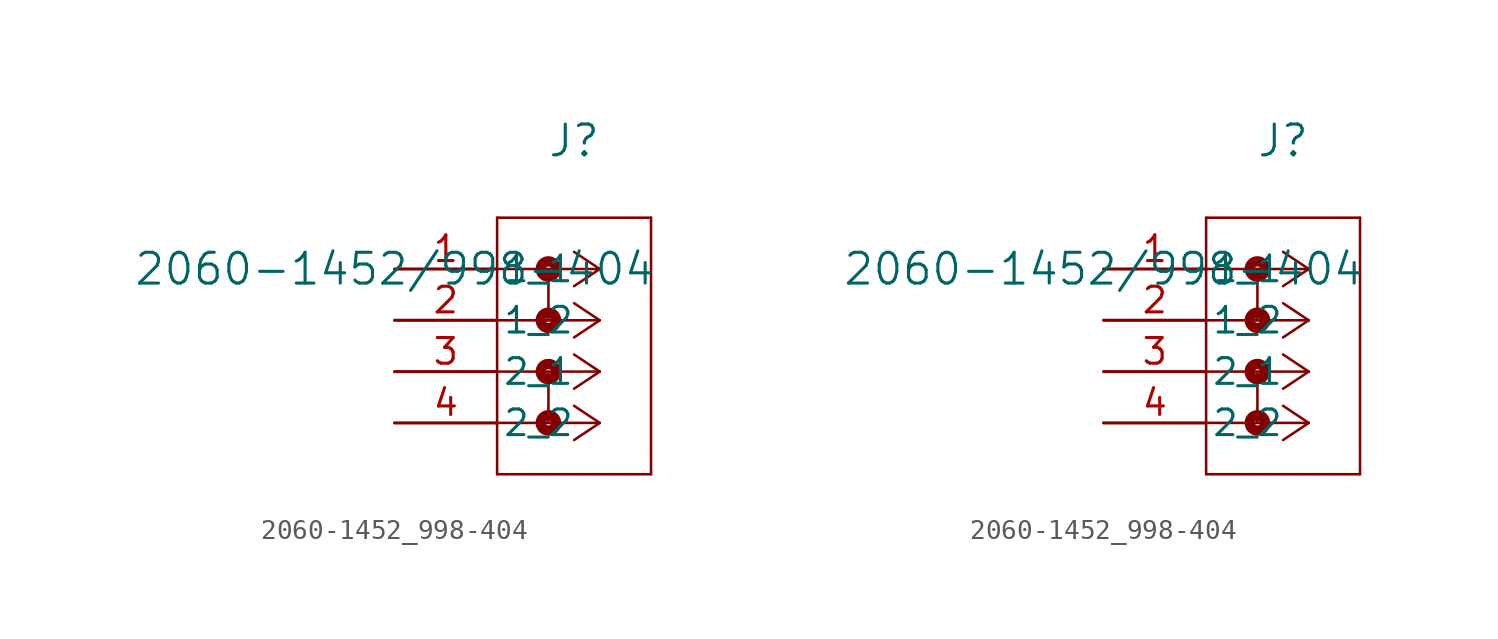
<source format=kicad_sym>
(kicad_symbol_lib
  (version 20211014)
  (generator kicad_symbol_editor)
  (symbol "2060-1452_998-404"
    (pin_names
      (offset 0.254))
    (property "Reference" "J"
      (at 8.89 6.35 0)
      (effects (font (size 1.524 1.524))))
    (property "Value" "2060-1452/998-404"
      (at 0 0 0)
      (effects (font (size 1.524 1.524))))
    (symbol "2060-1452_998-404_1_1"
      (polyline (pts (xy 10.16 0) (xy 5.08 0)) (stroke (width 0.127) (type default) (color 0 0 0 0)) (fill (type none)))
      (polyline (pts (xy 10.16 -2.54) (xy 5.08 -2.54)) (stroke (width 0.127) (type default) (color 0 0 0 0)) (fill (type none)))
      (polyline (pts (xy 10.16 -5.08) (xy 5.08 -5.08)) (stroke (width 0.127) (type default) (color 0 0 0 0)) (fill (type none)))
      (polyline (pts (xy 10.16 -7.62) (xy 5.08 -7.62)) (stroke (width 0.127) (type default) (color 0 0 0 0)) (fill (type none)))
      (polyline (pts (xy 10.16 0) (xy 8.89 0.847)) (stroke (width 0.127) (type default) (color 0 0 0 0)) (fill (type none)))
      (polyline (pts (xy 10.16 -2.54) (xy 8.89 -1.693)) (stroke (width 0.127) (type default) (color 0 0 0 0)) (fill (type none)))
      (polyline (pts (xy 10.16 -5.08) (xy 8.89 -4.233)) (stroke (width 0.127) (type default) (color 0 0 0 0)) (fill (type none)))
      (polyline (pts (xy 10.16 -7.62) (xy 8.89 -6.773)) (stroke (width 0.127) (type default) (color 0 0 0 0)) (fill (type none)))
      (polyline (pts (xy 10.16 0) (xy 8.89 -0.847)) (stroke (width 0.127) (type default) (color 0 0 0 0)) (fill (type none)))
      (polyline (pts (xy 10.16 -2.54) (xy 8.89 -3.387)) (stroke (width 0.127) (type default) (color 0 0 0 0)) (fill (type none)))
      (polyline (pts (xy 10.16 -5.08) (xy 8.89 -5.927)) (stroke (width 0.127) (type default) (color 0 0 0 0)) (fill (type none)))
      (polyline (pts (xy 10.16 -7.62) (xy 8.89 -8.467)) (stroke (width 0.127) (type default) (color 0 0 0 0)) (fill (type none)))
      (polyline (pts (xy 5.08 2.54) (xy 5.08 -10.16)) (stroke (width 0.127) (type default) (color 0 0 0 0)) (fill (type none)))
      (polyline (pts (xy 5.08 -10.16) (xy 12.7 -10.16)) (stroke (width 0.127) (type default) (color 0 0 0 0)) (fill (type none)))
      (polyline (pts (xy 12.7 -10.16) (xy 12.7 2.54)) (stroke (width 0.127) (type default) (color 0 0 0 0)) (fill (type none)))
      (polyline (pts (xy 12.7 2.54) (xy 5.08 2.54)) (stroke (width 0.127) (type default) (color 0 0 0 0)) (fill (type none)))
      (circle (center 7.62 0) (radius 0.127) (stroke (width 0.508) (type default) (color 0 0 0 0)) (fill (type none)))
      (polyline (pts (xy 7.62 0) (xy 7.62 -2.54)) (stroke (width 0.127) (type default) (color 0 0 0 0)) (fill (type none)))
      (circle (center 7.62 -2.54) (radius 0.127) (stroke (width 0.508) (type default) (color 0 0 0 0)) (fill (type none)))
      (circle (center 7.62 -5.08) (radius 0.127) (stroke (width 0.508) (type default) (color 0 0 0 0)) (fill (type none)))
      (polyline (pts (xy 7.62 -5.08) (xy 7.62 -7.62)) (stroke (width 0.127) (type default) (color 0 0 0 0)) (fill (type none)))
      (circle (center 7.62 -7.62) (radius 0.127) (stroke (width 0.508) (type default) (color 0 0 0 0)) (fill (type none)))
      (pin unspecified line (at 0 0 0) (length 5.08) (name "1_1" (effects (font (size 1.27 1.27)))) (number "1" (effects (font (size 1.27 1.27)))))
      (pin unspecified line (at 0 -2.54 0) (length 5.08) (name "1_2" (effects (font (size 1.27 1.27)))) (number "2" (effects (font (size 1.27 1.27)))))
      (pin unspecified line (at 0 -5.08 0) (length 5.08) (name "2_1" (effects (font (size 1.27 1.27)))) (number "3" (effects (font (size 1.27 1.27)))))
      (pin unspecified line (at 0 -7.62 0) (length 5.08) (name "2_2" (effects (font (size 1.27 1.27)))) (number "4" (effects (font (size 1.27 1.27))))))
    (symbol "2060-1452_998-404_1_2"
      (polyline (pts (xy 10.16 0) (xy 5.08 0)) (stroke (width 0.127) (type default) (color 0 0 0 0)) (fill (type none)))
      (polyline (pts (xy 10.16 -2.54) (xy 5.08 -2.54)) (stroke (width 0.127) (type default) (color 0 0 0 0)) (fill (type none)))
      (polyline (pts (xy 10.16 -5.08) (xy 5.08 -5.08)) (stroke (width 0.127) (type default) (color 0 0 0 0)) (fill (type none)))
      (polyline (pts (xy 10.16 -7.62) (xy 5.08 -7.62)) (stroke (width 0.127) (type default) (color 0 0 0 0)) (fill (type none)))
      (polyline (pts (xy 10.16 0) (xy 8.89 0.847)) (stroke (width 0.127) (type default) (color 0 0 0 0)) (fill (type none)))
      (polyline (pts (xy 10.16 -2.54) (xy 8.89 -1.693)) (stroke (width 0.127) (type default) (color 0 0 0 0)) (fill (type none)))
      (polyline (pts (xy 10.16 -5.08) (xy 8.89 -4.233)) (stroke (width 0.127) (type default) (color 0 0 0 0)) (fill (type none)))
      (polyline (pts (xy 10.16 -7.62) (xy 8.89 -6.773)) (stroke (width 0.127) (type default) (color 0 0 0 0)) (fill (type none)))
      (polyline (pts (xy 10.16 0) (xy 8.89 -0.847)) (stroke (width 0.127) (type default) (color 0 0 0 0)) (fill (type none)))
      (polyline (pts (xy 10.16 -2.54) (xy 8.89 -3.387)) (stroke (width 0.127) (type default) (color 0 0 0 0)) (fill (type none)))
      (polyline (pts (xy 10.16 -5.08) (xy 8.89 -5.927)) (stroke (width 0.127) (type default) (color 0 0 0 0)) (fill (type none)))
      (polyline (pts (xy 10.16 -7.62) (xy 8.89 -8.467)) (stroke (width 0.127) (type default) (color 0 0 0 0)) (fill (type none)))
      (polyline (pts (xy 5.08 2.54) (xy 5.08 -10.16)) (stroke (width 0.127) (type default) (color 0 0 0 0)) (fill (type none)))
      (polyline (pts (xy 5.08 -10.16) (xy 12.7 -10.16)) (stroke (width 0.127) (type default) (color 0 0 0 0)) (fill (type none)))
      (polyline (pts (xy 12.7 -10.16) (xy 12.7 2.54)) (stroke (width 0.127) (type default) (color 0 0 0 0)) (fill (type none)))
      (polyline (pts (xy 12.7 2.54) (xy 5.08 2.54)) (stroke (width 0.127) (type default) (color 0 0 0 0)) (fill (type none)))
      (circle (center 7.62 0) (radius 0.127) (stroke (width 0.508) (type default) (color 0 0 0 0)) (fill (type none)))
      (polyline (pts (xy 7.62 0) (xy 7.62 -2.54)) (stroke (width 0.127) (type default) (color 0 0 0 0)) (fill (type none)))
      (circle (center 7.62 -2.54) (radius 0.127) (stroke (width 0.508) (type default) (color 0 0 0 0)) (fill (type none)))
      (circle (center 7.62 -5.08) (radius 0.127) (stroke (width 0.508) (type default) (color 0 0 0 0)) (fill (type none)))
      (polyline (pts (xy 7.62 -5.08) (xy 7.62 -7.62)) (stroke (width 0.127) (type default) (color 0 0 0 0)) (fill (type none)))
      (circle (center 7.62 -7.62) (radius 0.127) (stroke (width 0.508) (type default) (color 0 0 0 0)) (fill (type none)))
      (pin unspecified line (at 0 0 0) (length 5.08) (name "1_1" (effects (font (size 1.27 1.27)))) (number "1" (effects (font (size 1.27 1.27)))))
      (pin unspecified line (at 0 -2.54 0) (length 5.08) (name "1_2" (effects (font (size 1.27 1.27)))) (number "2" (effects (font (size 1.27 1.27)))))
      (pin unspecified line (at 0 -5.08 0) (length 5.08) (name "2_1" (effects (font (size 1.27 1.27)))) (number "3" (effects (font (size 1.27 1.27)))))
      (pin unspecified line (at 0 -7.62 0) (length 5.08) (name "2_2" (effects (font (size 1.27 1.27)))) (number "4" (effects (font (size 1.27 1.27))))))))
</source>
